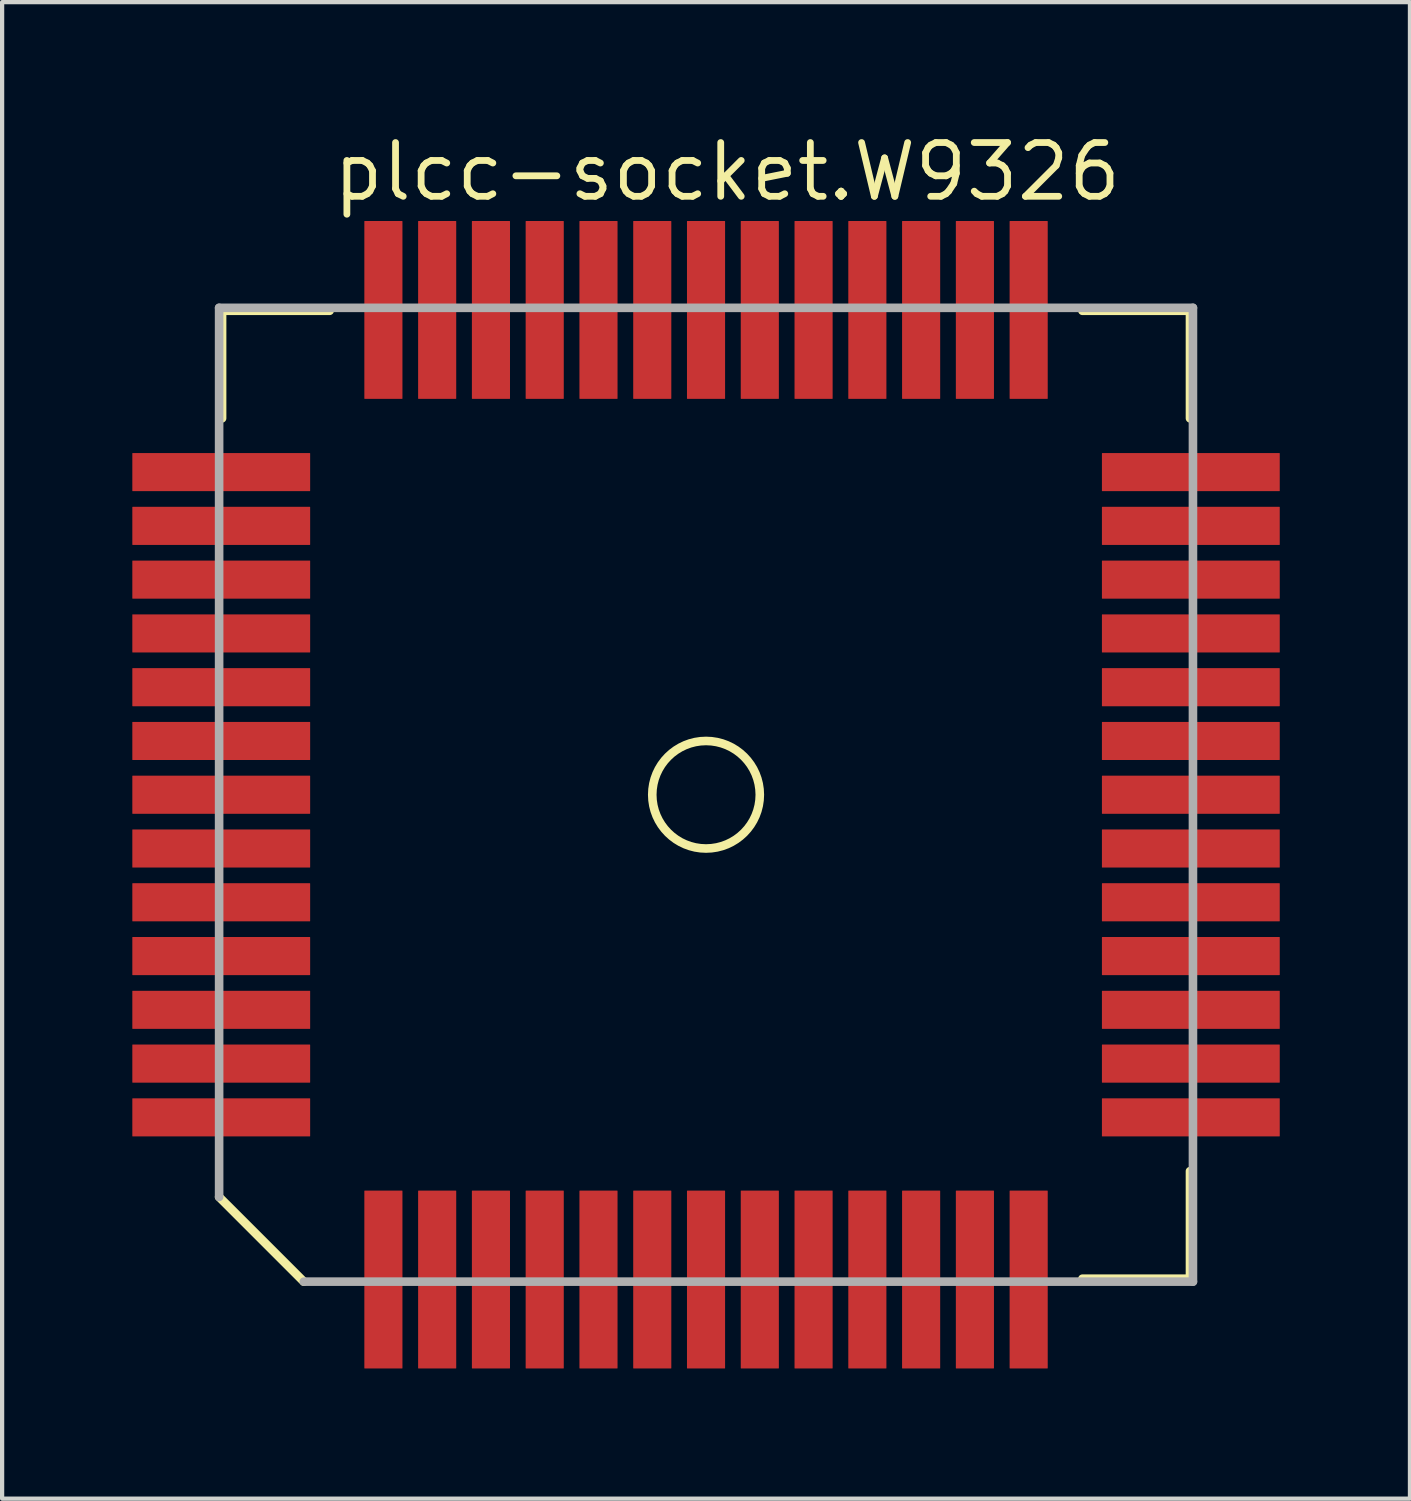
<source format=kicad_pcb>
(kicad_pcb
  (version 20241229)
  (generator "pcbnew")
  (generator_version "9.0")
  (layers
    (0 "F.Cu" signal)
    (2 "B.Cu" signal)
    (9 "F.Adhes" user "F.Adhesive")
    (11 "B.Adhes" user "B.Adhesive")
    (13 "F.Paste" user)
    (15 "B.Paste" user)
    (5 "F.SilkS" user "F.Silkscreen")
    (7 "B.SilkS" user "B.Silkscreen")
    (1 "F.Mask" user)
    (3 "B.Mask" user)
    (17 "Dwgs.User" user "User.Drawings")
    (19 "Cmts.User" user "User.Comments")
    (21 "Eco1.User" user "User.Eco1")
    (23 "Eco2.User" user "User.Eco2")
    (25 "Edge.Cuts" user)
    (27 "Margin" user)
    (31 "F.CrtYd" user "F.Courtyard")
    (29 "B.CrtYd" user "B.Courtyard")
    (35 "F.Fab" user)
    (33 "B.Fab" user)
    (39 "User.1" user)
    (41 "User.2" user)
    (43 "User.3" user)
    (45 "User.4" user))
  (footprint "plcc-socket.W9326"
    (layer "F.Cu")
    (at 13.625 15.72)
    (property "Reference" "plcc-socket.W9326" (at -8.89 -13.97 0) (layer "F.SilkS") (effects (font (size 1.27 1.27) (thickness 0.16)) (justify left bottom)))
    (attr smd)
    (fp_rect (start -13.6 -7.12) (end -9.3 -8.12) (stroke (width 0.05) (type default)) (fill yes) (layer "F.Mask"))
    (fp_rect (start -13.6 -5.85) (end -9.3 -6.85) (stroke (width 0.05) (type default)) (fill yes) (layer "F.Mask"))
    (fp_rect (start -13.6 -4.58) (end -9.3 -5.58) (stroke (width 0.05) (type default)) (fill yes) (layer "F.Mask"))
    (fp_rect (start -13.6 -3.31) (end -9.3 -4.31) (stroke (width 0.05) (type default)) (fill yes) (layer "F.Mask"))
    (fp_rect (start -13.6 -2.04) (end -9.3 -3.04) (stroke (width 0.05) (type default)) (fill yes) (layer "F.Mask"))
    (fp_rect (start -13.6 -0.77) (end -9.3 -1.77) (stroke (width 0.05) (type default)) (fill yes) (layer "F.Mask"))
    (fp_rect (start -13.6 0.5) (end -9.3 -0.5) (stroke (width 0.05) (type default)) (fill yes) (layer "F.Mask"))
    (fp_rect (start -13.6 1.77) (end -9.3 0.77) (stroke (width 0.05) (type default)) (fill yes) (layer "F.Mask"))
    (fp_rect (start -13.6 3.04) (end -9.3 2.04) (stroke (width 0.05) (type default)) (fill yes) (layer "F.Mask"))
    (fp_rect (start -13.6 4.31) (end -9.3 3.31) (stroke (width 0.05) (type default)) (fill yes) (layer "F.Mask"))
    (fp_rect (start -13.6 5.58) (end -9.3 4.58) (stroke (width 0.05) (type default)) (fill yes) (layer "F.Mask"))
    (fp_rect (start -13.6 6.85) (end -9.3 5.85) (stroke (width 0.05) (type default)) (fill yes) (layer "F.Mask"))
    (fp_rect (start -13.6 8.12) (end -9.3 7.12) (stroke (width 0.05) (type default)) (fill yes) (layer "F.Mask"))
    (fp_rect (start -8.12 -9.3) (end -7.12 -13.6) (stroke (width 0.05) (type default)) (fill yes) (layer "F.Mask"))
    (fp_rect (start -8.12 13.6) (end -7.12 9.3) (stroke (width 0.05) (type default)) (fill yes) (layer "F.Mask"))
    (fp_rect (start -6.85 -9.3) (end -5.85 -13.6) (stroke (width 0.05) (type default)) (fill yes) (layer "F.Mask"))
    (fp_rect (start -6.85 13.6) (end -5.85 9.3) (stroke (width 0.05) (type default)) (fill yes) (layer "F.Mask"))
    (fp_rect (start -5.58 -9.3) (end -4.58 -13.6) (stroke (width 0.05) (type default)) (fill yes) (layer "F.Mask"))
    (fp_rect (start -5.58 13.6) (end -4.58 9.3) (stroke (width 0.05) (type default)) (fill yes) (layer "F.Mask"))
    (fp_rect (start -4.31 -9.3) (end -3.31 -13.6) (stroke (width 0.05) (type default)) (fill yes) (layer "F.Mask"))
    (fp_rect (start -4.31 13.6) (end -3.31 9.3) (stroke (width 0.05) (type default)) (fill yes) (layer "F.Mask"))
    (fp_rect (start -3.04 -9.3) (end -2.04 -13.6) (stroke (width 0.05) (type default)) (fill yes) (layer "F.Mask"))
    (fp_rect (start -3.04 13.6) (end -2.04 9.3) (stroke (width 0.05) (type default)) (fill yes) (layer "F.Mask"))
    (fp_rect (start -1.77 -9.3) (end -0.77 -13.6) (stroke (width 0.05) (type default)) (fill yes) (layer "F.Mask"))
    (fp_rect (start -1.77 13.6) (end -0.77 9.3) (stroke (width 0.05) (type default)) (fill yes) (layer "F.Mask"))
    (fp_rect (start -0.5 -9.3) (end 0.5 -13.6) (stroke (width 0.05) (type default)) (fill yes) (layer "F.Mask"))
    (fp_rect (start -0.5 13.6) (end 0.5 9.3) (stroke (width 0.05) (type default)) (fill yes) (layer "F.Mask"))
    (fp_rect (start 0.77 -9.3) (end 1.77 -13.6) (stroke (width 0.05) (type default)) (fill yes) (layer "F.Mask"))
    (fp_rect (start 0.77 13.6) (end 1.77 9.3) (stroke (width 0.05) (type default)) (fill yes) (layer "F.Mask"))
    (fp_rect (start 2.04 -9.3) (end 3.04 -13.6) (stroke (width 0.05) (type default)) (fill yes) (layer "F.Mask"))
    (fp_rect (start 2.04 13.6) (end 3.04 9.3) (stroke (width 0.05) (type default)) (fill yes) (layer "F.Mask"))
    (fp_rect (start 3.31 -9.3) (end 4.31 -13.6) (stroke (width 0.05) (type default)) (fill yes) (layer "F.Mask"))
    (fp_rect (start 3.31 13.6) (end 4.31 9.3) (stroke (width 0.05) (type default)) (fill yes) (layer "F.Mask"))
    (fp_rect (start 4.58 -9.3) (end 5.58 -13.6) (stroke (width 0.05) (type default)) (fill yes) (layer "F.Mask"))
    (fp_rect (start 4.58 13.6) (end 5.58 9.3) (stroke (width 0.05) (type default)) (fill yes) (layer "F.Mask"))
    (fp_rect (start 5.85 -9.3) (end 6.85 -13.6) (stroke (width 0.05) (type default)) (fill yes) (layer "F.Mask"))
    (fp_rect (start 5.85 13.6) (end 6.85 9.3) (stroke (width 0.05) (type default)) (fill yes) (layer "F.Mask"))
    (fp_rect (start 7.12 -9.3) (end 8.12 -13.6) (stroke (width 0.05) (type default)) (fill yes) (layer "F.Mask"))
    (fp_rect (start 7.12 13.6) (end 8.12 9.3) (stroke (width 0.05) (type default)) (fill yes) (layer "F.Mask"))
    (fp_rect (start 9.3 -7.12) (end 13.6 -8.12) (stroke (width 0.05) (type default)) (fill yes) (layer "F.Mask"))
    (fp_rect (start 9.3 -5.85) (end 13.6 -6.85) (stroke (width 0.05) (type default)) (fill yes) (layer "F.Mask"))
    (fp_rect (start 9.3 -4.58) (end 13.6 -5.58) (stroke (width 0.05) (type default)) (fill yes) (layer "F.Mask"))
    (fp_rect (start 9.3 -3.31) (end 13.6 -4.31) (stroke (width 0.05) (type default)) (fill yes) (layer "F.Mask"))
    (fp_rect (start 9.3 -2.04) (end 13.6 -3.04) (stroke (width 0.05) (type default)) (fill yes) (layer "F.Mask"))
    (fp_rect (start 9.3 -0.77) (end 13.6 -1.77) (stroke (width 0.05) (type default)) (fill yes) (layer "F.Mask"))
    (fp_rect (start 9.3 0.5) (end 13.6 -0.5) (stroke (width 0.05) (type default)) (fill yes) (layer "F.Mask"))
    (fp_rect (start 9.3 1.77) (end 13.6 0.77) (stroke (width 0.05) (type default)) (fill yes) (layer "F.Mask"))
    (fp_rect (start 9.3 3.04) (end 13.6 2.04) (stroke (width 0.05) (type default)) (fill yes) (layer "F.Mask"))
    (fp_rect (start 9.3 4.31) (end 13.6 3.31) (stroke (width 0.05) (type default)) (fill yes) (layer "F.Mask"))
    (fp_rect (start 9.3 5.58) (end 13.6 4.58) (stroke (width 0.05) (type default)) (fill yes) (layer "F.Mask"))
    (fp_rect (start 9.3 6.85) (end 13.6 5.85) (stroke (width 0.05) (type default)) (fill yes) (layer "F.Mask"))
    (fp_rect (start 9.3 8.12) (end 13.6 7.12) (stroke (width 0.05) (type default)) (fill yes) (layer "F.Mask"))
    (fp_line (start -11.43 -11.43) (end -8.89 -11.43) (stroke (width 0.203) (type default)) (layer "F.SilkS"))
    (fp_line (start -11.43 -8.89) (end -11.43 -11.43) (stroke (width 0.203) (type default)) (layer "F.SilkS"))
    (fp_line (start -9.5 11.5) (end -11.5 9.5) (stroke (width 0.203) (type default)) (layer "F.SilkS"))
    (fp_line (start 8.89 -11.43) (end 11.43 -11.43) (stroke (width 0.203) (type default)) (layer "F.SilkS"))
    (fp_line (start 11.43 -11.43) (end 11.43 -8.89) (stroke (width 0.203) (type default)) (layer "F.SilkS"))
    (fp_line (start 11.43 8.89) (end 11.43 11.43) (stroke (width 0.203) (type default)) (layer "F.SilkS"))
    (fp_line (start 11.43 11.43) (end 8.89 11.43) (stroke (width 0.203) (type default)) (layer "F.SilkS"))
    (fp_circle (center 0 0) (end 1.27 0) (stroke (width 0.203) (type default)) (fill no) (layer "F.SilkS"))
    (fp_rect (start -13.5 -7.195) (end -9.4 -8.045) (stroke (width 0.05) (type default)) (fill yes) (layer "F.Paste"))
    (fp_rect (start -13.5 -5.925) (end -9.4 -6.775) (stroke (width 0.05) (type default)) (fill yes) (layer "F.Paste"))
    (fp_rect (start -13.5 -4.655) (end -9.4 -5.505) (stroke (width 0.05) (type default)) (fill yes) (layer "F.Paste"))
    (fp_rect (start -13.5 -3.385) (end -9.4 -4.235) (stroke (width 0.05) (type default)) (fill yes) (layer "F.Paste"))
    (fp_rect (start -13.5 -2.115) (end -9.4 -2.965) (stroke (width 0.05) (type default)) (fill yes) (layer "F.Paste"))
    (fp_rect (start -13.5 -0.845) (end -9.4 -1.695) (stroke (width 0.05) (type default)) (fill yes) (layer "F.Paste"))
    (fp_rect (start -13.5 0.425) (end -9.4 -0.425) (stroke (width 0.05) (type default)) (fill yes) (layer "F.Paste"))
    (fp_rect (start -13.5 1.695) (end -9.4 0.845) (stroke (width 0.05) (type default)) (fill yes) (layer "F.Paste"))
    (fp_rect (start -13.5 2.965) (end -9.4 2.115) (stroke (width 0.05) (type default)) (fill yes) (layer "F.Paste"))
    (fp_rect (start -13.5 4.235) (end -9.4 3.385) (stroke (width 0.05) (type default)) (fill yes) (layer "F.Paste"))
    (fp_rect (start -13.5 5.505) (end -9.4 4.655) (stroke (width 0.05) (type default)) (fill yes) (layer "F.Paste"))
    (fp_rect (start -13.5 6.775) (end -9.4 5.925) (stroke (width 0.05) (type default)) (fill yes) (layer "F.Paste"))
    (fp_rect (start -13.5 8.045) (end -9.4 7.195) (stroke (width 0.05) (type default)) (fill yes) (layer "F.Paste"))
    (fp_rect (start -8.045 -9.4) (end -7.195 -13.5) (stroke (width 0.05) (type default)) (fill yes) (layer "F.Paste"))
    (fp_rect (start -8.045 13.5) (end -7.195 9.4) (stroke (width 0.05) (type default)) (fill yes) (layer "F.Paste"))
    (fp_rect (start -6.775 -9.4) (end -5.925 -13.5) (stroke (width 0.05) (type default)) (fill yes) (layer "F.Paste"))
    (fp_rect (start -6.775 13.5) (end -5.925 9.4) (stroke (width 0.05) (type default)) (fill yes) (layer "F.Paste"))
    (fp_rect (start -5.505 -9.4) (end -4.655 -13.5) (stroke (width 0.05) (type default)) (fill yes) (layer "F.Paste"))
    (fp_rect (start -5.505 13.5) (end -4.655 9.4) (stroke (width 0.05) (type default)) (fill yes) (layer "F.Paste"))
    (fp_rect (start -4.235 -9.4) (end -3.385 -13.5) (stroke (width 0.05) (type default)) (fill yes) (layer "F.Paste"))
    (fp_rect (start -4.235 13.5) (end -3.385 9.4) (stroke (width 0.05) (type default)) (fill yes) (layer "F.Paste"))
    (fp_rect (start -2.965 -9.4) (end -2.115 -13.5) (stroke (width 0.05) (type default)) (fill yes) (layer "F.Paste"))
    (fp_rect (start -2.965 13.5) (end -2.115 9.4) (stroke (width 0.05) (type default)) (fill yes) (layer "F.Paste"))
    (fp_rect (start -1.695 -9.4) (end -0.845 -13.5) (stroke (width 0.05) (type default)) (fill yes) (layer "F.Paste"))
    (fp_rect (start -1.695 13.5) (end -0.845 9.4) (stroke (width 0.05) (type default)) (fill yes) (layer "F.Paste"))
    (fp_rect (start -0.425 -9.4) (end 0.425 -13.5) (stroke (width 0.05) (type default)) (fill yes) (layer "F.Paste"))
    (fp_rect (start -0.425 13.5) (end 0.425 9.4) (stroke (width 0.05) (type default)) (fill yes) (layer "F.Paste"))
    (fp_rect (start 0.845 -9.4) (end 1.695 -13.5) (stroke (width 0.05) (type default)) (fill yes) (layer "F.Paste"))
    (fp_rect (start 0.845 13.5) (end 1.695 9.4) (stroke (width 0.05) (type default)) (fill yes) (layer "F.Paste"))
    (fp_rect (start 2.115 -9.4) (end 2.965 -13.5) (stroke (width 0.05) (type default)) (fill yes) (layer "F.Paste"))
    (fp_rect (start 2.115 13.5) (end 2.965 9.4) (stroke (width 0.05) (type default)) (fill yes) (layer "F.Paste"))
    (fp_rect (start 3.385 -9.4) (end 4.235 -13.5) (stroke (width 0.05) (type default)) (fill yes) (layer "F.Paste"))
    (fp_rect (start 3.385 13.5) (end 4.235 9.4) (stroke (width 0.05) (type default)) (fill yes) (layer "F.Paste"))
    (fp_rect (start 4.655 -9.4) (end 5.505 -13.5) (stroke (width 0.05) (type default)) (fill yes) (layer "F.Paste"))
    (fp_rect (start 4.655 13.5) (end 5.505 9.4) (stroke (width 0.05) (type default)) (fill yes) (layer "F.Paste"))
    (fp_rect (start 5.925 -9.4) (end 6.775 -13.5) (stroke (width 0.05) (type default)) (fill yes) (layer "F.Paste"))
    (fp_rect (start 5.925 13.5) (end 6.775 9.4) (stroke (width 0.05) (type default)) (fill yes) (layer "F.Paste"))
    (fp_rect (start 7.195 -9.4) (end 8.045 -13.5) (stroke (width 0.05) (type default)) (fill yes) (layer "F.Paste"))
    (fp_rect (start 7.195 13.5) (end 8.045 9.4) (stroke (width 0.05) (type default)) (fill yes) (layer "F.Paste"))
    (fp_rect (start 9.4 -7.195) (end 13.5 -8.045) (stroke (width 0.05) (type default)) (fill yes) (layer "F.Paste"))
    (fp_rect (start 9.4 -5.925) (end 13.5 -6.775) (stroke (width 0.05) (type default)) (fill yes) (layer "F.Paste"))
    (fp_rect (start 9.4 -4.655) (end 13.5 -5.505) (stroke (width 0.05) (type default)) (fill yes) (layer "F.Paste"))
    (fp_rect (start 9.4 -3.385) (end 13.5 -4.235) (stroke (width 0.05) (type default)) (fill yes) (layer "F.Paste"))
    (fp_rect (start 9.4 -2.115) (end 13.5 -2.965) (stroke (width 0.05) (type default)) (fill yes) (layer "F.Paste"))
    (fp_rect (start 9.4 -0.845) (end 13.5 -1.695) (stroke (width 0.05) (type default)) (fill yes) (layer "F.Paste"))
    (fp_rect (start 9.4 0.425) (end 13.5 -0.425) (stroke (width 0.05) (type default)) (fill yes) (layer "F.Paste"))
    (fp_rect (start 9.4 1.695) (end 13.5 0.845) (stroke (width 0.05) (type default)) (fill yes) (layer "F.Paste"))
    (fp_rect (start 9.4 2.965) (end 13.5 2.115) (stroke (width 0.05) (type default)) (fill yes) (layer "F.Paste"))
    (fp_rect (start 9.4 4.235) (end 13.5 3.385) (stroke (width 0.05) (type default)) (fill yes) (layer "F.Paste"))
    (fp_rect (start 9.4 5.505) (end 13.5 4.655) (stroke (width 0.05) (type default)) (fill yes) (layer "F.Paste"))
    (fp_rect (start 9.4 6.775) (end 13.5 5.925) (stroke (width 0.05) (type default)) (fill yes) (layer "F.Paste"))
    (fp_rect (start 9.4 8.045) (end 13.5 7.195) (stroke (width 0.05) (type default)) (fill yes) (layer "F.Paste"))
    (fp_line (start -11.5 -11.5) (end 11.5 -11.5) (stroke (width 0.203) (type default)) (layer "F.Fab"))
    (fp_line (start -11.5 9.5) (end -11.5 -11.5) (stroke (width 0.203) (type default)) (layer "F.Fab"))
    (fp_line (start 11.5 -11.5) (end 11.5 11.5) (stroke (width 0.203) (type default)) (layer "F.Fab"))
    (fp_line (start 11.5 11.5) (end -9.5 11.5) (stroke (width 0.203) (type default)) (layer "F.Fab"))
    (pad "1" smd roundrect (at -11.45 0) (size 4.2 0.9) (layers "F.Cu" "F.Mask" "F.Paste") (roundrect_rratio 0.01))
    (pad "2" smd roundrect (at -11.45 1.27) (size 4.2 0.9) (layers "F.Cu" "F.Mask" "F.Paste") (roundrect_rratio 0.01))
    (pad "3" smd roundrect (at -11.45 2.54) (size 4.2 0.9) (layers "F.Cu" "F.Mask" "F.Paste") (roundrect_rratio 0.01))
    (pad "4" smd roundrect (at -11.45 3.81) (size 4.2 0.9) (layers "F.Cu" "F.Mask" "F.Paste") (roundrect_rratio 0.01))
    (pad "5" smd roundrect (at -11.45 5.08) (size 4.2 0.9) (layers "F.Cu" "F.Mask" "F.Paste") (roundrect_rratio 0.01))
    (pad "6" smd roundrect (at -11.45 6.35) (size 4.2 0.9) (layers "F.Cu" "F.Mask" "F.Paste") (roundrect_rratio 0.01))
    (pad "7" smd roundrect (at -11.45 7.62) (size 4.2 0.9) (layers "F.Cu" "F.Mask" "F.Paste") (roundrect_rratio 0.01))
    (pad "8" smd roundrect (at -7.62 11.45 90) (size 4.2 0.9) (layers "F.Cu" "F.Mask" "F.Paste") (roundrect_rratio 0.01))
    (pad "9" smd roundrect (at -6.35 11.45 90) (size 4.2 0.9) (layers "F.Cu" "F.Mask" "F.Paste") (roundrect_rratio 0.01))
    (pad "10" smd roundrect (at -5.08 11.45 90) (size 4.2 0.9) (layers "F.Cu" "F.Mask" "F.Paste") (roundrect_rratio 0.01))
    (pad "11" smd roundrect (at -3.81 11.45 90) (size 4.2 0.9) (layers "F.Cu" "F.Mask" "F.Paste") (roundrect_rratio 0.01))
    (pad "12" smd roundrect (at -2.54 11.45 90) (size 4.2 0.9) (layers "F.Cu" "F.Mask" "F.Paste") (roundrect_rratio 0.01))
    (pad "13" smd roundrect (at -1.27 11.45 90) (size 4.2 0.9) (layers "F.Cu" "F.Mask" "F.Paste") (roundrect_rratio 0.01))
    (pad "14" smd roundrect (at 0 11.45 90) (size 4.2 0.9) (layers "F.Cu" "F.Mask" "F.Paste") (roundrect_rratio 0.01))
    (pad "15" smd roundrect (at 1.27 11.45 90) (size 4.2 0.9) (layers "F.Cu" "F.Mask" "F.Paste") (roundrect_rratio 0.01))
    (pad "16" smd roundrect (at 2.54 11.45 90) (size 4.2 0.9) (layers "F.Cu" "F.Mask" "F.Paste") (roundrect_rratio 0.01))
    (pad "17" smd roundrect (at 3.81 11.45 90) (size 4.2 0.9) (layers "F.Cu" "F.Mask" "F.Paste") (roundrect_rratio 0.01))
    (pad "18" smd roundrect (at 5.08 11.45 90) (size 4.2 0.9) (layers "F.Cu" "F.Mask" "F.Paste") (roundrect_rratio 0.01))
    (pad "19" smd roundrect (at 6.35 11.45 90) (size 4.2 0.9) (layers "F.Cu" "F.Mask" "F.Paste") (roundrect_rratio 0.01))
    (pad "20" smd roundrect (at 7.62 11.45 90) (size 4.2 0.9) (layers "F.Cu" "F.Mask" "F.Paste") (roundrect_rratio 0.01))
    (pad "21" smd roundrect (at 11.45 7.62 180) (size 4.2 0.9) (layers "F.Cu" "F.Mask" "F.Paste") (roundrect_rratio 0.01))
    (pad "22" smd roundrect (at 11.45 6.35 180) (size 4.2 0.9) (layers "F.Cu" "F.Mask" "F.Paste") (roundrect_rratio 0.01))
    (pad "23" smd roundrect (at 11.45 5.08 180) (size 4.2 0.9) (layers "F.Cu" "F.Mask" "F.Paste") (roundrect_rratio 0.01))
    (pad "24" smd roundrect (at 11.45 3.81 180) (size 4.2 0.9) (layers "F.Cu" "F.Mask" "F.Paste") (roundrect_rratio 0.01))
    (pad "25" smd roundrect (at 11.45 2.54 180) (size 4.2 0.9) (layers "F.Cu" "F.Mask" "F.Paste") (roundrect_rratio 0.01))
    (pad "26" smd roundrect (at 11.45 1.27 180) (size 4.2 0.9) (layers "F.Cu" "F.Mask" "F.Paste") (roundrect_rratio 0.01))
    (pad "27" smd roundrect (at 11.45 0 180) (size 4.2 0.9) (layers "F.Cu" "F.Mask" "F.Paste") (roundrect_rratio 0.01))
    (pad "28" smd roundrect (at 11.45 -1.27 180) (size 4.2 0.9) (layers "F.Cu" "F.Mask" "F.Paste") (roundrect_rratio 0.01))
    (pad "29" smd roundrect (at 11.45 -2.54 180) (size 4.2 0.9) (layers "F.Cu" "F.Mask" "F.Paste") (roundrect_rratio 0.01))
    (pad "30" smd roundrect (at 11.45 -3.81 180) (size 4.2 0.9) (layers "F.Cu" "F.Mask" "F.Paste") (roundrect_rratio 0.01))
    (pad "31" smd roundrect (at 11.45 -5.08 180) (size 4.2 0.9) (layers "F.Cu" "F.Mask" "F.Paste") (roundrect_rratio 0.01))
    (pad "32" smd roundrect (at 11.45 -6.35 180) (size 4.2 0.9) (layers "F.Cu" "F.Mask" "F.Paste") (roundrect_rratio 0.01))
    (pad "33" smd roundrect (at 11.45 -7.62 180) (size 4.2 0.9) (layers "F.Cu" "F.Mask" "F.Paste") (roundrect_rratio 0.01))
    (pad "34" smd roundrect (at 7.62 -11.45 270) (size 4.2 0.9) (layers "F.Cu" "F.Mask" "F.Paste") (roundrect_rratio 0.01))
    (pad "35" smd roundrect (at 6.35 -11.45 270) (size 4.2 0.9) (layers "F.Cu" "F.Mask" "F.Paste") (roundrect_rratio 0.01))
    (pad "36" smd roundrect (at 5.08 -11.45 270) (size 4.2 0.9) (layers "F.Cu" "F.Mask" "F.Paste") (roundrect_rratio 0.01))
    (pad "37" smd roundrect (at 3.81 -11.45 270) (size 4.2 0.9) (layers "F.Cu" "F.Mask" "F.Paste") (roundrect_rratio 0.01))
    (pad "38" smd roundrect (at 2.54 -11.45 270) (size 4.2 0.9) (layers "F.Cu" "F.Mask" "F.Paste") (roundrect_rratio 0.01))
    (pad "39" smd roundrect (at 1.27 -11.45 270) (size 4.2 0.9) (layers "F.Cu" "F.Mask" "F.Paste") (roundrect_rratio 0.01))
    (pad "40" smd roundrect (at 0 -11.45 270) (size 4.2 0.9) (layers "F.Cu" "F.Mask" "F.Paste") (roundrect_rratio 0.01))
    (pad "41" smd roundrect (at -1.27 -11.45 270) (size 4.2 0.9) (layers "F.Cu" "F.Mask" "F.Paste") (roundrect_rratio 0.01))
    (pad "42" smd roundrect (at -2.54 -11.45 270) (size 4.2 0.9) (layers "F.Cu" "F.Mask" "F.Paste") (roundrect_rratio 0.01))
    (pad "43" smd roundrect (at -3.81 -11.45 270) (size 4.2 0.9) (layers "F.Cu" "F.Mask" "F.Paste") (roundrect_rratio 0.01))
    (pad "44" smd roundrect (at -5.08 -11.45 270) (size 4.2 0.9) (layers "F.Cu" "F.Mask" "F.Paste") (roundrect_rratio 0.01))
    (pad "45" smd roundrect (at -6.35 -11.45 270) (size 4.2 0.9) (layers "F.Cu" "F.Mask" "F.Paste") (roundrect_rratio 0.01))
    (pad "46" smd roundrect (at -7.62 -11.45 270) (size 4.2 0.9) (layers "F.Cu" "F.Mask" "F.Paste") (roundrect_rratio 0.01))
    (pad "47" smd roundrect (at -11.45 -7.62) (size 4.2 0.9) (layers "F.Cu" "F.Mask" "F.Paste") (roundrect_rratio 0.01))
    (pad "48" smd roundrect (at -11.45 -6.35) (size 4.2 0.9) (layers "F.Cu" "F.Mask" "F.Paste") (roundrect_rratio 0.01))
    (pad "49" smd roundrect (at -11.45 -5.08) (size 4.2 0.9) (layers "F.Cu" "F.Mask" "F.Paste") (roundrect_rratio 0.01))
    (pad "50" smd roundrect (at -11.45 -3.81) (size 4.2 0.9) (layers "F.Cu" "F.Mask" "F.Paste") (roundrect_rratio 0.01))
    (pad "51" smd roundrect (at -11.45 -2.54) (size 4.2 0.9) (layers "F.Cu" "F.Mask" "F.Paste") (roundrect_rratio 0.01))
    (pad "52" smd roundrect (at -11.45 -1.27) (size 4.2 0.9) (layers "F.Cu" "F.Mask" "F.Paste") (roundrect_rratio 0.01)))
  (gr_rect
    (start -3 -3)
    (end 30.25 32.345)
    (stroke (width 0.1) (type default))
    (fill no)
    (layer "Edge.Cuts")))
</source>
